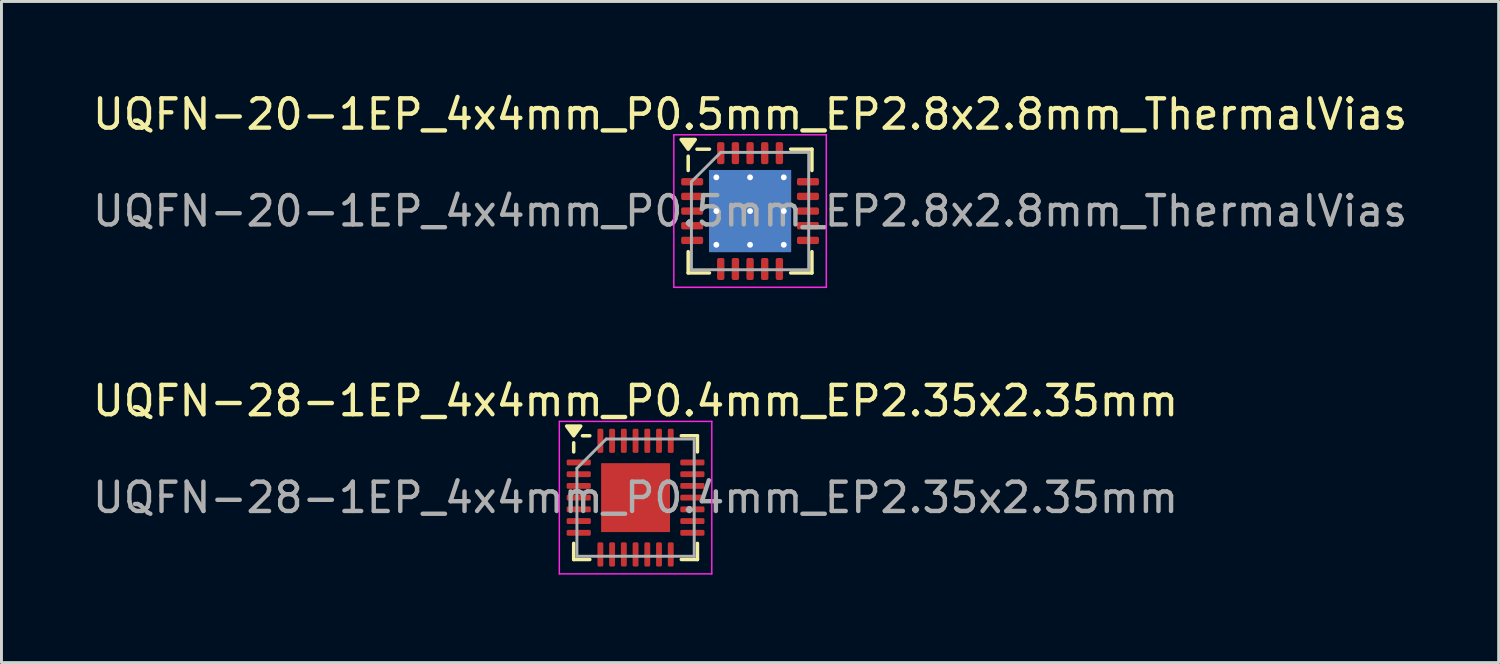
<source format=kicad_pcb>
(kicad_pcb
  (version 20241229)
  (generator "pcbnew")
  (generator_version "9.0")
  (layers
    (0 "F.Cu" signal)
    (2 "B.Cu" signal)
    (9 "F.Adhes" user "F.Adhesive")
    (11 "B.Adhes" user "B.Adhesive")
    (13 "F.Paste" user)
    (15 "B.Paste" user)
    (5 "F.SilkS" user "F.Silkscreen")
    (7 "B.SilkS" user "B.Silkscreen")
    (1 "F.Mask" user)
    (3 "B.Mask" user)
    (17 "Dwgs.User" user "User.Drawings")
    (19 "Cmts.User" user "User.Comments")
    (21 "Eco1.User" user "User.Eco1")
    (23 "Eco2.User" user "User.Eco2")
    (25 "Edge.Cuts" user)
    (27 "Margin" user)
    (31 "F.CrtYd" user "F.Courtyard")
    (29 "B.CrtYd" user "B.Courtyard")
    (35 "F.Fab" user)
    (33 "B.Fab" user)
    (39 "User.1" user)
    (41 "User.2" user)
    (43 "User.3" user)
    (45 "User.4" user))
  (footprint "UQFN-28-1EP_4x4mm_P0.4mm_EP2.35x2.35mm"
    (layer "F.Cu")
    (at 18.625 13.921)
    (property "Reference" "UQFN-28-1EP_4x4mm_P0.4mm_EP2.35x2.35mm" (at 0 -3.3 0) (layer "F.SilkS") (effects (font (size 1 1) (thickness 0.15))))
    (attr smd)
    (fp_line (start -2.11 -1.56) (end -2.11 -1.87) (stroke (width 0.12) (type solid)) (layer "F.SilkS"))
    (fp_line (start -2.11 2.11) (end -2.11 1.56) (stroke (width 0.12) (type solid)) (layer "F.SilkS"))
    (fp_line (start -1.56 -2.11) (end -1.81 -2.11) (stroke (width 0.12) (type solid)) (layer "F.SilkS"))
    (fp_line (start -1.56 2.11) (end -2.11 2.11) (stroke (width 0.12) (type solid)) (layer "F.SilkS"))
    (fp_line (start 1.56 -2.11) (end 2.11 -2.11) (stroke (width 0.12) (type solid)) (layer "F.SilkS"))
    (fp_line (start 1.56 2.11) (end 2.11 2.11) (stroke (width 0.12) (type solid)) (layer "F.SilkS"))
    (fp_line (start 2.11 -2.11) (end 2.11 -1.56) (stroke (width 0.12) (type solid)) (layer "F.SilkS"))
    (fp_line (start 2.11 2.11) (end 2.11 1.56) (stroke (width 0.12) (type solid)) (layer "F.SilkS"))
    (fp_poly (pts (xy -2.11 -2.11) (xy -2.35 -2.44) (xy -1.87 -2.44) (xy -2.11 -2.11)) (stroke (width 0.12) (type solid)) (fill yes) (layer "F.SilkS"))
    (fp_line (start -2.6 -2.6) (end -2.6 2.6) (stroke (width 0.05) (type solid)) (layer "F.CrtYd"))
    (fp_line (start -2.6 2.6) (end 2.6 2.6) (stroke (width 0.05) (type solid)) (layer "F.CrtYd"))
    (fp_line (start 2.6 -2.6) (end -2.6 -2.6) (stroke (width 0.05) (type solid)) (layer "F.CrtYd"))
    (fp_line (start 2.6 2.6) (end 2.6 -2.6) (stroke (width 0.05) (type solid)) (layer "F.CrtYd"))
    (fp_line (start -2 -1) (end -1 -2) (stroke (width 0.1) (type solid)) (layer "F.Fab"))
    (fp_line (start -2 2) (end -2 -1) (stroke (width 0.1) (type solid)) (layer "F.Fab"))
    (fp_line (start -1 -2) (end 2 -2) (stroke (width 0.1) (type solid)) (layer "F.Fab"))
    (fp_line (start 2 -2) (end 2 2) (stroke (width 0.1) (type solid)) (layer "F.Fab"))
    (fp_line (start 2 2) (end -2 2) (stroke (width 0.1) (type solid)) (layer "F.Fab"))
    (fp_text user "${REFERENCE}" (at 0 0 0) (layer "F.Fab") (effects (font (size 1 1) (thickness 0.15))))
    (pad "" smd roundrect (at -0.59 -0.59) (size 0.95 0.95) (layers "F.Paste") (roundrect_rratio 0.25))
    (pad "" smd roundrect (at -0.59 0.59) (size 0.95 0.95) (layers "F.Paste") (roundrect_rratio 0.25))
    (pad "" smd roundrect (at 0.59 -0.59) (size 0.95 0.95) (layers "F.Paste") (roundrect_rratio 0.25))
    (pad "" smd roundrect (at 0.59 0.59) (size 0.95 0.95) (layers "F.Paste") (roundrect_rratio 0.25))
    (pad "1" smd roundrect (at -1.938 -1.2) (size 0.825 0.2) (layers "F.Cu" "F.Mask" "F.Paste") (roundrect_rratio 0.25))
    (pad "2" smd roundrect (at -1.938 -0.8) (size 0.825 0.2) (layers "F.Cu" "F.Mask" "F.Paste") (roundrect_rratio 0.25))
    (pad "3" smd roundrect (at -1.938 -0.4) (size 0.825 0.2) (layers "F.Cu" "F.Mask" "F.Paste") (roundrect_rratio 0.25))
    (pad "4" smd roundrect (at -1.938 0) (size 0.825 0.2) (layers "F.Cu" "F.Mask" "F.Paste") (roundrect_rratio 0.25))
    (pad "5" smd roundrect (at -1.938 0.4) (size 0.825 0.2) (layers "F.Cu" "F.Mask" "F.Paste") (roundrect_rratio 0.25))
    (pad "6" smd roundrect (at -1.938 0.8) (size 0.825 0.2) (layers "F.Cu" "F.Mask" "F.Paste") (roundrect_rratio 0.25))
    (pad "7" smd roundrect (at -1.938 1.2) (size 0.825 0.2) (layers "F.Cu" "F.Mask" "F.Paste") (roundrect_rratio 0.25))
    (pad "8" smd roundrect (at -1.2 1.938) (size 0.2 0.825) (layers "F.Cu" "F.Mask" "F.Paste") (roundrect_rratio 0.25))
    (pad "9" smd roundrect (at -0.8 1.938) (size 0.2 0.825) (layers "F.Cu" "F.Mask" "F.Paste") (roundrect_rratio 0.25))
    (pad "10" smd roundrect (at -0.4 1.938) (size 0.2 0.825) (layers "F.Cu" "F.Mask" "F.Paste") (roundrect_rratio 0.25))
    (pad "11" smd roundrect (at 0 1.938) (size 0.2 0.825) (layers "F.Cu" "F.Mask" "F.Paste") (roundrect_rratio 0.25))
    (pad "12" smd roundrect (at 0.4 1.938) (size 0.2 0.825) (layers "F.Cu" "F.Mask" "F.Paste") (roundrect_rratio 0.25))
    (pad "13" smd roundrect (at 0.8 1.938) (size 0.2 0.825) (layers "F.Cu" "F.Mask" "F.Paste") (roundrect_rratio 0.25))
    (pad "14" smd roundrect (at 1.2 1.938) (size 0.2 0.825) (layers "F.Cu" "F.Mask" "F.Paste") (roundrect_rratio 0.25))
    (pad "15" smd roundrect (at 1.938 1.2) (size 0.825 0.2) (layers "F.Cu" "F.Mask" "F.Paste") (roundrect_rratio 0.25))
    (pad "16" smd roundrect (at 1.938 0.8) (size 0.825 0.2) (layers "F.Cu" "F.Mask" "F.Paste") (roundrect_rratio 0.25))
    (pad "17" smd roundrect (at 1.938 0.4) (size 0.825 0.2) (layers "F.Cu" "F.Mask" "F.Paste") (roundrect_rratio 0.25))
    (pad "18" smd roundrect (at 1.938 0) (size 0.825 0.2) (layers "F.Cu" "F.Mask" "F.Paste") (roundrect_rratio 0.25))
    (pad "19" smd roundrect (at 1.938 -0.4) (size 0.825 0.2) (layers "F.Cu" "F.Mask" "F.Paste") (roundrect_rratio 0.25))
    (pad "20" smd roundrect (at 1.938 -0.8) (size 0.825 0.2) (layers "F.Cu" "F.Mask" "F.Paste") (roundrect_rratio 0.25))
    (pad "21" smd roundrect (at 1.938 -1.2) (size 0.825 0.2) (layers "F.Cu" "F.Mask" "F.Paste") (roundrect_rratio 0.25))
    (pad "22" smd roundrect (at 1.2 -1.938) (size 0.2 0.825) (layers "F.Cu" "F.Mask" "F.Paste") (roundrect_rratio 0.25))
    (pad "23" smd roundrect (at 0.8 -1.938) (size 0.2 0.825) (layers "F.Cu" "F.Mask" "F.Paste") (roundrect_rratio 0.25))
    (pad "24" smd roundrect (at 0.4 -1.938) (size 0.2 0.825) (layers "F.Cu" "F.Mask" "F.Paste") (roundrect_rratio 0.25))
    (pad "25" smd roundrect (at 0 -1.938) (size 0.2 0.825) (layers "F.Cu" "F.Mask" "F.Paste") (roundrect_rratio 0.25))
    (pad "26" smd roundrect (at -0.4 -1.938) (size 0.2 0.825) (layers "F.Cu" "F.Mask" "F.Paste") (roundrect_rratio 0.25))
    (pad "27" smd roundrect (at -0.8 -1.938) (size 0.2 0.825) (layers "F.Cu" "F.Mask" "F.Paste") (roundrect_rratio 0.25))
    (pad "28" smd roundrect (at -1.2 -1.938) (size 0.2 0.825) (layers "F.Cu" "F.Mask" "F.Paste") (roundrect_rratio 0.25))
    (pad "29" smd rect (at 0 0) (size 2.35 2.35) (property pad_prop_heatsink) (layers "F.Cu" "F.Mask")))
  (footprint "UQFN-20-1EP_4x4mm_P0.5mm_EP2.8x2.8mm_ThermalVias"
    (layer "F.Cu")
    (at 22.53 4.148)
    (property "Reference" "UQFN-20-1EP_4x4mm_P0.5mm_EP2.8x2.8mm_ThermalVias" (at 0 -3.3 0) (layer "F.SilkS") (effects (font (size 1 1) (thickness 0.15))))
    (attr smd)
    (fp_line (start -2.11 -1.385) (end -2.11 -1.87) (stroke (width 0.12) (type solid)) (layer "F.SilkS"))
    (fp_line (start -2.11 2.11) (end -2.11 1.385) (stroke (width 0.12) (type solid)) (layer "F.SilkS"))
    (fp_line (start -1.385 -2.11) (end -1.81 -2.11) (stroke (width 0.12) (type solid)) (layer "F.SilkS"))
    (fp_line (start -1.385 2.11) (end -2.11 2.11) (stroke (width 0.12) (type solid)) (layer "F.SilkS"))
    (fp_line (start 1.385 -2.11) (end 2.11 -2.11) (stroke (width 0.12) (type solid)) (layer "F.SilkS"))
    (fp_line (start 1.385 2.11) (end 2.11 2.11) (stroke (width 0.12) (type solid)) (layer "F.SilkS"))
    (fp_line (start 2.11 -2.11) (end 2.11 -1.385) (stroke (width 0.12) (type solid)) (layer "F.SilkS"))
    (fp_line (start 2.11 2.11) (end 2.11 1.385) (stroke (width 0.12) (type solid)) (layer "F.SilkS"))
    (fp_poly (pts (xy -2.11 -2.11) (xy -2.35 -2.44) (xy -1.87 -2.44) (xy -2.11 -2.11)) (stroke (width 0.12) (type solid)) (fill yes) (layer "F.SilkS"))
    (fp_line (start -2.6 -2.6) (end -2.6 2.6) (stroke (width 0.05) (type solid)) (layer "F.CrtYd"))
    (fp_line (start -2.6 2.6) (end 2.6 2.6) (stroke (width 0.05) (type solid)) (layer "F.CrtYd"))
    (fp_line (start 2.6 -2.6) (end -2.6 -2.6) (stroke (width 0.05) (type solid)) (layer "F.CrtYd"))
    (fp_line (start 2.6 2.6) (end 2.6 -2.6) (stroke (width 0.05) (type solid)) (layer "F.CrtYd"))
    (fp_line (start -2 -1) (end -1 -2) (stroke (width 0.1) (type solid)) (layer "F.Fab"))
    (fp_line (start -2 2) (end -2 -1) (stroke (width 0.1) (type solid)) (layer "F.Fab"))
    (fp_line (start -1 -2) (end 2 -2) (stroke (width 0.1) (type solid)) (layer "F.Fab"))
    (fp_line (start 2 -2) (end 2 2) (stroke (width 0.1) (type solid)) (layer "F.Fab"))
    (fp_line (start 2 2) (end -2 2) (stroke (width 0.1) (type solid)) (layer "F.Fab"))
    (fp_text user "${REFERENCE}" (at 0 0 0) (layer "F.Fab") (effects (font (size 1 1) (thickness 0.15))))
    (pad "" smd roundrect (at -0.7 -0.7) (size 1.17 1.17) (layers "F.Paste") (roundrect_rratio 0.214))
    (pad "" smd roundrect (at -0.7 0.7) (size 1.17 1.17) (layers "F.Paste") (roundrect_rratio 0.214))
    (pad "" smd roundrect (at 0.7 -0.7) (size 1.17 1.17) (layers "F.Paste") (roundrect_rratio 0.214))
    (pad "" smd roundrect (at 0.7 0.7) (size 1.17 1.17) (layers "F.Paste") (roundrect_rratio 0.214))
    (pad "1" smd roundrect (at -1.975 -1) (size 0.75 0.25) (layers "F.Cu" "F.Mask" "F.Paste") (roundrect_rratio 0.25))
    (pad "2" smd roundrect (at -1.975 -0.5) (size 0.75 0.25) (layers "F.Cu" "F.Mask" "F.Paste") (roundrect_rratio 0.25))
    (pad "3" smd roundrect (at -1.975 0) (size 0.75 0.25) (layers "F.Cu" "F.Mask" "F.Paste") (roundrect_rratio 0.25))
    (pad "4" smd roundrect (at -1.975 0.5) (size 0.75 0.25) (layers "F.Cu" "F.Mask" "F.Paste") (roundrect_rratio 0.25))
    (pad "5" smd roundrect (at -1.975 1) (size 0.75 0.25) (layers "F.Cu" "F.Mask" "F.Paste") (roundrect_rratio 0.25))
    (pad "6" smd roundrect (at -1 1.975) (size 0.25 0.75) (layers "F.Cu" "F.Mask" "F.Paste") (roundrect_rratio 0.25))
    (pad "7" smd roundrect (at -0.5 1.975) (size 0.25 0.75) (layers "F.Cu" "F.Mask" "F.Paste") (roundrect_rratio 0.25))
    (pad "8" smd roundrect (at 0 1.975) (size 0.25 0.75) (layers "F.Cu" "F.Mask" "F.Paste") (roundrect_rratio 0.25))
    (pad "9" smd roundrect (at 0.5 1.975) (size 0.25 0.75) (layers "F.Cu" "F.Mask" "F.Paste") (roundrect_rratio 0.25))
    (pad "10" smd roundrect (at 1 1.975) (size 0.25 0.75) (layers "F.Cu" "F.Mask" "F.Paste") (roundrect_rratio 0.25))
    (pad "11" smd roundrect (at 1.975 1) (size 0.75 0.25) (layers "F.Cu" "F.Mask" "F.Paste") (roundrect_rratio 0.25))
    (pad "12" smd roundrect (at 1.975 0.5) (size 0.75 0.25) (layers "F.Cu" "F.Mask" "F.Paste") (roundrect_rratio 0.25))
    (pad "13" smd roundrect (at 1.975 0) (size 0.75 0.25) (layers "F.Cu" "F.Mask" "F.Paste") (roundrect_rratio 0.25))
    (pad "14" smd roundrect (at 1.975 -0.5) (size 0.75 0.25) (layers "F.Cu" "F.Mask" "F.Paste") (roundrect_rratio 0.25))
    (pad "15" smd roundrect (at 1.975 -1) (size 0.75 0.25) (layers "F.Cu" "F.Mask" "F.Paste") (roundrect_rratio 0.25))
    (pad "16" smd roundrect (at 1 -1.975) (size 0.25 0.75) (layers "F.Cu" "F.Mask" "F.Paste") (roundrect_rratio 0.25))
    (pad "17" smd roundrect (at 0.5 -1.975) (size 0.25 0.75) (layers "F.Cu" "F.Mask" "F.Paste") (roundrect_rratio 0.25))
    (pad "18" smd roundrect (at 0 -1.975) (size 0.25 0.75) (layers "F.Cu" "F.Mask" "F.Paste") (roundrect_rratio 0.25))
    (pad "19" smd roundrect (at -0.5 -1.975) (size 0.25 0.75) (layers "F.Cu" "F.Mask" "F.Paste") (roundrect_rratio 0.25))
    (pad "20" smd roundrect (at -1 -1.975) (size 0.25 0.75) (layers "F.Cu" "F.Mask" "F.Paste") (roundrect_rratio 0.25))
    (pad "21" thru_hole circle (at -1.15 -1.15) (size 0.5 0.5) (drill 0.2) (property pad_prop_heatsink) (layers "*.Cu"))
    (pad "21" thru_hole circle (at -1.15 0) (size 0.5 0.5) (drill 0.2) (property pad_prop_heatsink) (layers "*.Cu"))
    (pad "21" thru_hole circle (at -1.15 1.15) (size 0.5 0.5) (drill 0.2) (property pad_prop_heatsink) (layers "*.Cu"))
    (pad "21" thru_hole circle (at 0 -1.15) (size 0.5 0.5) (drill 0.2) (property pad_prop_heatsink) (layers "*.Cu"))
    (pad "21" thru_hole circle (at 0 0) (size 0.5 0.5) (drill 0.2) (property pad_prop_heatsink) (layers "*.Cu"))
    (pad "21" smd rect (at 0 0) (size 2.8 2.8) (property pad_prop_heatsink) (layers "F.Cu" "F.Mask"))
    (pad "21" smd rect (at 0 0) (size 2.8 2.8) (property pad_prop_heatsink) (layers "B.Cu"))
    (pad "21" thru_hole circle (at 0 1.15) (size 0.5 0.5) (drill 0.2) (property pad_prop_heatsink) (layers "*.Cu"))
    (pad "21" thru_hole circle (at 1.15 -1.15) (size 0.5 0.5) (drill 0.2) (property pad_prop_heatsink) (layers "*.Cu"))
    (pad "21" thru_hole circle (at 1.15 0) (size 0.5 0.5) (drill 0.2) (property pad_prop_heatsink) (layers "*.Cu"))
    (pad "21" thru_hole circle (at 1.15 1.15) (size 0.5 0.5) (drill 0.2) (property pad_prop_heatsink) (layers "*.Cu")))
  (gr_rect
    (start -3 -3)
    (end 48.06 19.547)
    (stroke (width 0.1) (type default))
    (fill no)
    (layer "Edge.Cuts")))
</source>
